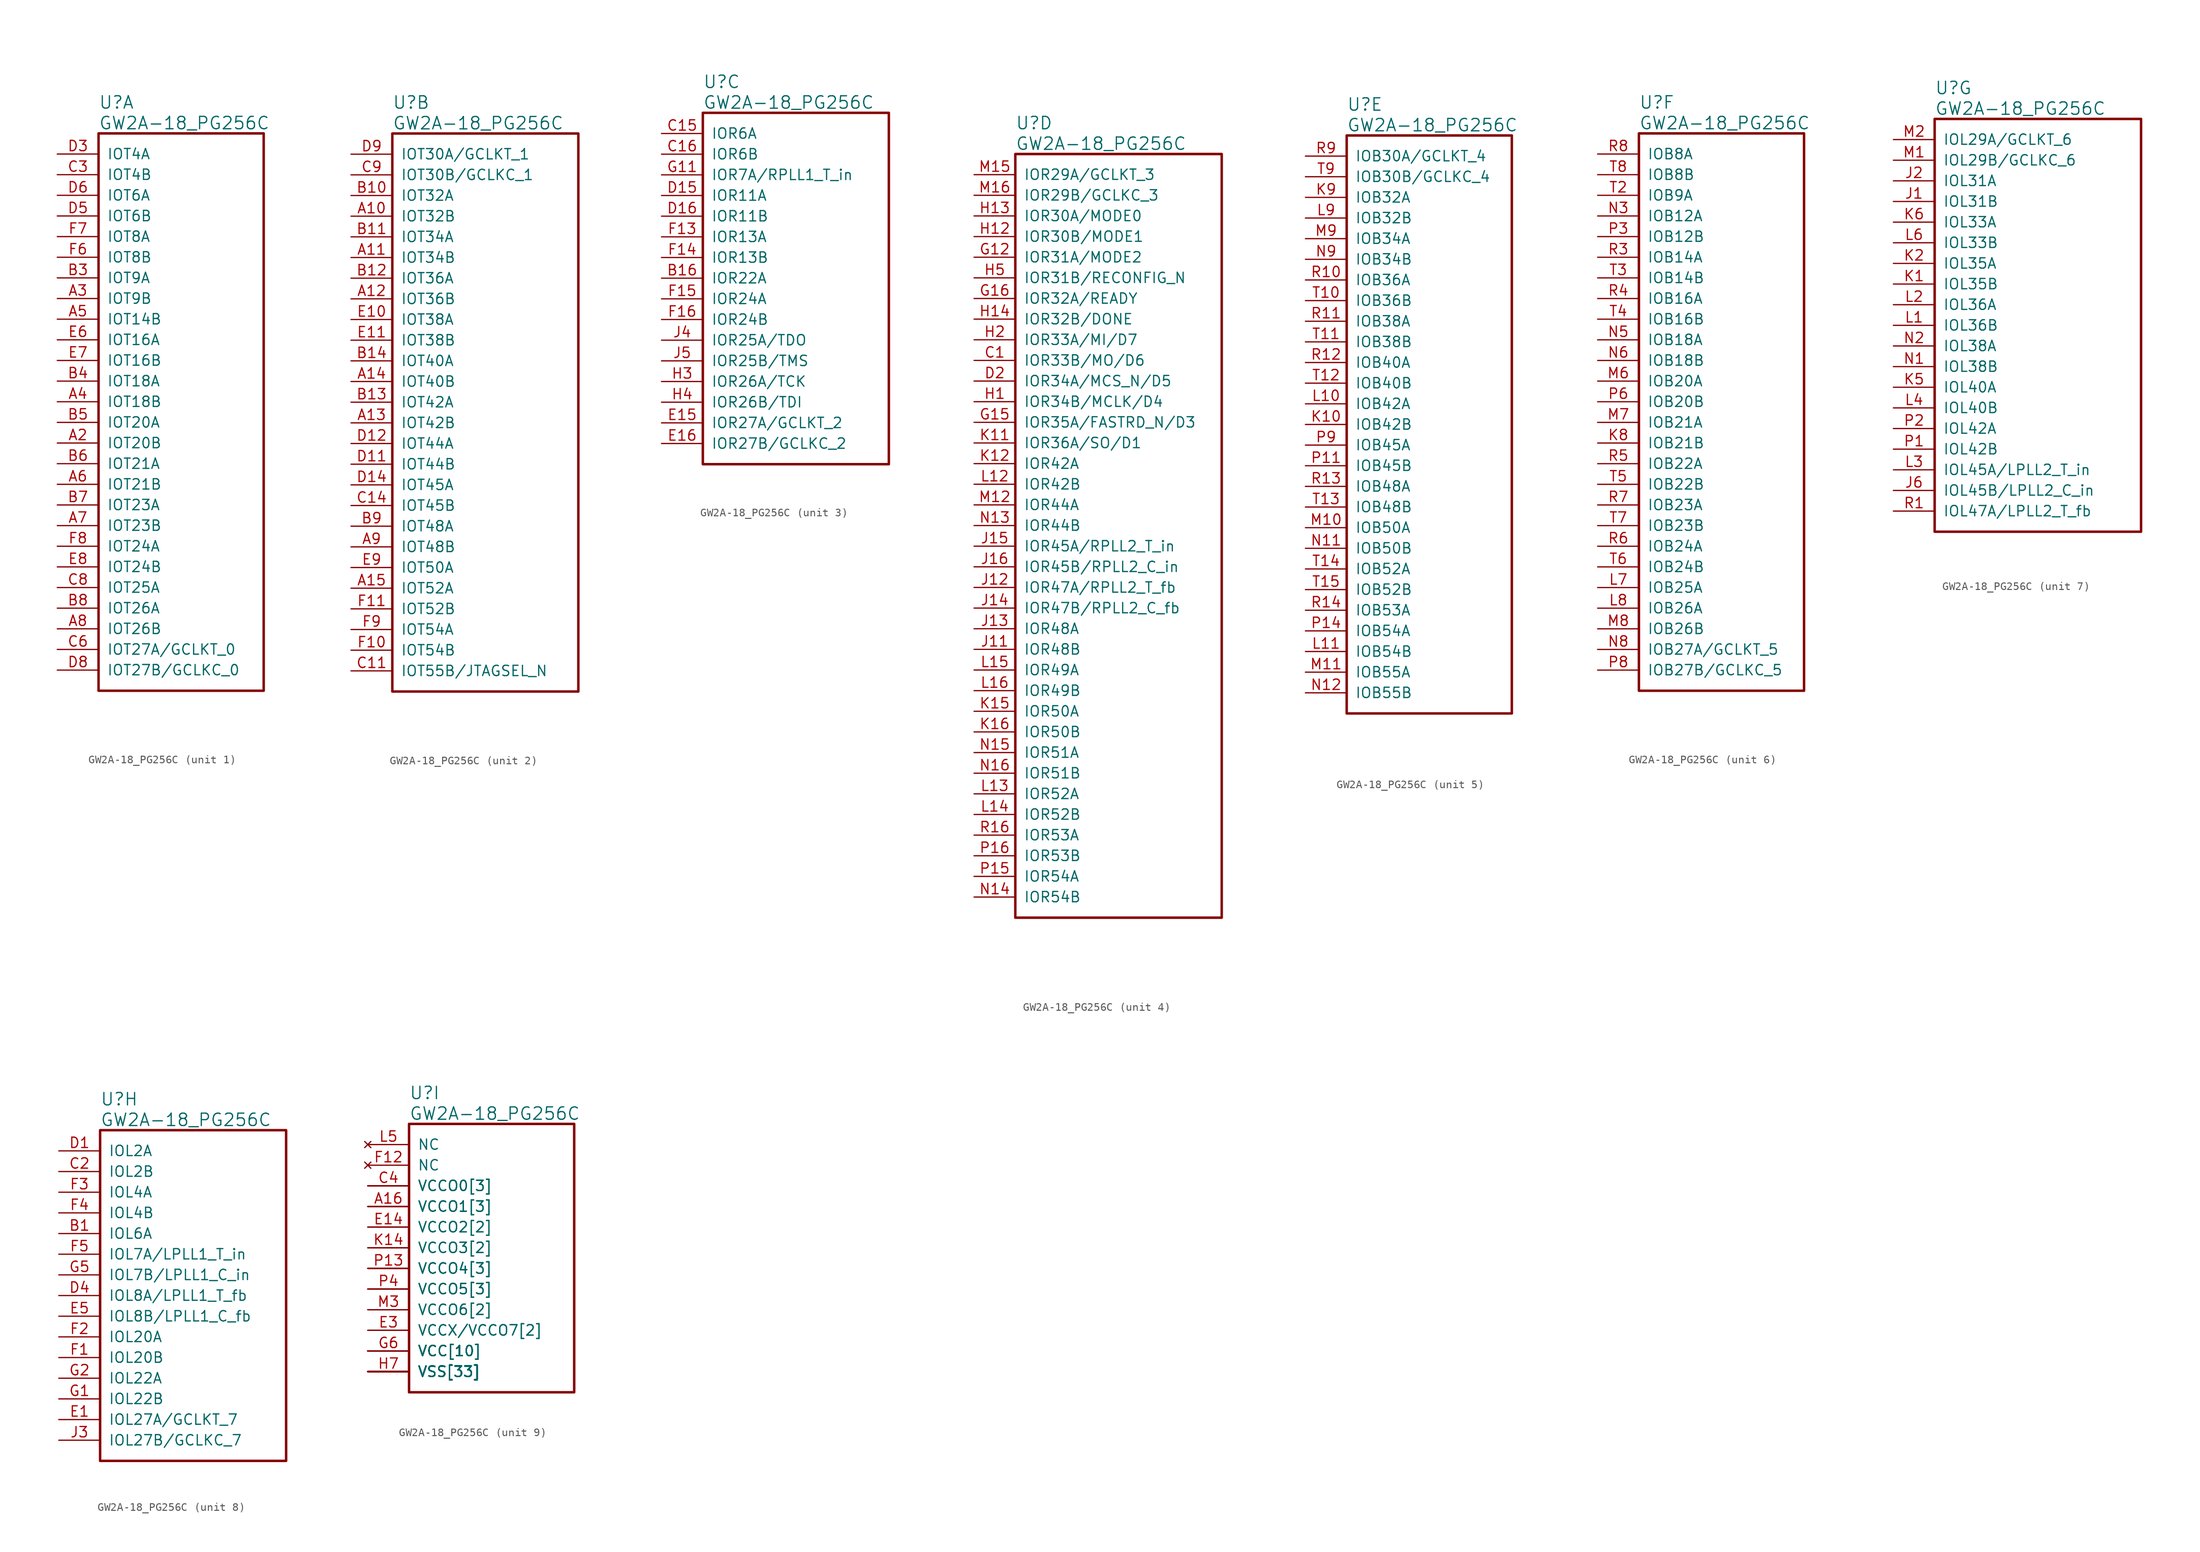
<source format=kicad_sym>
(kicad_symbol_lib
  (version 20211014)
  (generator kicad_symbol_editor)
  (symbol "GW2A-18_PG256C"
    (pin_names
      (offset 1.016))
    (property "Reference" "U"
      (at 5.08 6.35 0)
      (effects (font (size 1.524 1.524)) (justify left)))
    (property "Value" "GW2A-18_PG256C"
      (at 5.08 3.81 0)
      (effects (font (size 1.524 1.524)) (justify left)))
    (property "ki_locked" ""
      (at 0 0 0)
      (effects (font (size 1.27 1.27))))
    (symbol "GW2A-18_PG256C_1_1"
      (rectangle (start 5.08 2.54) (end 25.4 -66.04) (stroke (width 0.305) (type default) (color 0 0 0 0)) (fill (type none)))
      (pin bidirectional line (at 0 -35.56 0) (length 5.08) (name "IOT20B" (effects (font (size 1.27 1.27)))) (number "A2" (effects (font (size 1.27 1.27)))))
      (pin bidirectional line (at 0 -17.78 0) (length 5.08) (name "IOT9B" (effects (font (size 1.27 1.27)))) (number "A3" (effects (font (size 1.27 1.27)))))
      (pin bidirectional line (at 0 -30.48 0) (length 5.08) (name "IOT18B" (effects (font (size 1.27 1.27)))) (number "A4" (effects (font (size 1.27 1.27)))))
      (pin bidirectional line (at 0 -20.32 0) (length 5.08) (name "IOT14B" (effects (font (size 1.27 1.27)))) (number "A5" (effects (font (size 1.27 1.27)))))
      (pin bidirectional line (at 0 -40.64 0) (length 5.08) (name "IOT21B" (effects (font (size 1.27 1.27)))) (number "A6" (effects (font (size 1.27 1.27)))))
      (pin bidirectional line (at 0 -45.72 0) (length 5.08) (name "IOT23B" (effects (font (size 1.27 1.27)))) (number "A7" (effects (font (size 1.27 1.27)))))
      (pin bidirectional line (at 0 -58.42 0) (length 5.08) (name "IOT26B" (effects (font (size 1.27 1.27)))) (number "A8" (effects (font (size 1.27 1.27)))))
      (pin bidirectional line (at 0 -15.24 0) (length 5.08) (name "IOT9A" (effects (font (size 1.27 1.27)))) (number "B3" (effects (font (size 1.27 1.27)))))
      (pin bidirectional line (at 0 -27.94 0) (length 5.08) (name "IOT18A" (effects (font (size 1.27 1.27)))) (number "B4" (effects (font (size 1.27 1.27)))))
      (pin bidirectional line (at 0 -33.02 0) (length 5.08) (name "IOT20A" (effects (font (size 1.27 1.27)))) (number "B5" (effects (font (size 1.27 1.27)))))
      (pin bidirectional line (at 0 -38.1 0) (length 5.08) (name "IOT21A" (effects (font (size 1.27 1.27)))) (number "B6" (effects (font (size 1.27 1.27)))))
      (pin bidirectional line (at 0 -43.18 0) (length 5.08) (name "IOT23A" (effects (font (size 1.27 1.27)))) (number "B7" (effects (font (size 1.27 1.27)))))
      (pin bidirectional line (at 0 -55.88 0) (length 5.08) (name "IOT26A" (effects (font (size 1.27 1.27)))) (number "B8" (effects (font (size 1.27 1.27)))))
      (pin bidirectional line (at 0 -2.54 0) (length 5.08) (name "IOT4B" (effects (font (size 1.27 1.27)))) (number "C3" (effects (font (size 1.27 1.27)))))
      (pin bidirectional line (at 0 -60.96 0) (length 5.08) (name "IOT27A/GCLKT_0" (effects (font (size 1.27 1.27)))) (number "C6" (effects (font (size 1.27 1.27)))))
      (pin bidirectional line (at 0 -53.34 0) (length 5.08) (name "IOT25A" (effects (font (size 1.27 1.27)))) (number "C8" (effects (font (size 1.27 1.27)))))
      (pin bidirectional line (at 0 0 0) (length 5.08) (name "IOT4A" (effects (font (size 1.27 1.27)))) (number "D3" (effects (font (size 1.27 1.27)))))
      (pin bidirectional line (at 0 -7.62 0) (length 5.08) (name "IOT6B" (effects (font (size 1.27 1.27)))) (number "D5" (effects (font (size 1.27 1.27)))))
      (pin bidirectional line (at 0 -5.08 0) (length 5.08) (name "IOT6A" (effects (font (size 1.27 1.27)))) (number "D6" (effects (font (size 1.27 1.27)))))
      (pin bidirectional line (at 0 -63.5 0) (length 5.08) (name "IOT27B/GCLKC_0" (effects (font (size 1.27 1.27)))) (number "D8" (effects (font (size 1.27 1.27)))))
      (pin bidirectional line (at 0 -22.86 0) (length 5.08) (name "IOT16A" (effects (font (size 1.27 1.27)))) (number "E6" (effects (font (size 1.27 1.27)))))
      (pin bidirectional line (at 0 -25.4 0) (length 5.08) (name "IOT16B" (effects (font (size 1.27 1.27)))) (number "E7" (effects (font (size 1.27 1.27)))))
      (pin bidirectional line (at 0 -50.8 0) (length 5.08) (name "IOT24B" (effects (font (size 1.27 1.27)))) (number "E8" (effects (font (size 1.27 1.27)))))
      (pin bidirectional line (at 0 -12.7 0) (length 5.08) (name "IOT8B" (effects (font (size 1.27 1.27)))) (number "F6" (effects (font (size 1.27 1.27)))))
      (pin bidirectional line (at 0 -10.16 0) (length 5.08) (name "IOT8A" (effects (font (size 1.27 1.27)))) (number "F7" (effects (font (size 1.27 1.27)))))
      (pin bidirectional line (at 0 -48.26 0) (length 5.08) (name "IOT24A" (effects (font (size 1.27 1.27)))) (number "F8" (effects (font (size 1.27 1.27))))))
    (symbol "GW2A-18_PG256C_2_1"
      (rectangle (start 5.08 2.54) (end 27.94 -66.04) (stroke (width 0.305) (type default) (color 0 0 0 0)) (fill (type none)))
      (pin bidirectional line (at 0 -7.62 0) (length 5.08) (name "IOT32B" (effects (font (size 1.27 1.27)))) (number "A10" (effects (font (size 1.27 1.27)))))
      (pin bidirectional line (at 0 -12.7 0) (length 5.08) (name "IOT34B" (effects (font (size 1.27 1.27)))) (number "A11" (effects (font (size 1.27 1.27)))))
      (pin bidirectional line (at 0 -17.78 0) (length 5.08) (name "IOT36B" (effects (font (size 1.27 1.27)))) (number "A12" (effects (font (size 1.27 1.27)))))
      (pin bidirectional line (at 0 -33.02 0) (length 5.08) (name "IOT42B" (effects (font (size 1.27 1.27)))) (number "A13" (effects (font (size 1.27 1.27)))))
      (pin bidirectional line (at 0 -27.94 0) (length 5.08) (name "IOT40B" (effects (font (size 1.27 1.27)))) (number "A14" (effects (font (size 1.27 1.27)))))
      (pin bidirectional line (at 0 -53.34 0) (length 5.08) (name "IOT52A" (effects (font (size 1.27 1.27)))) (number "A15" (effects (font (size 1.27 1.27)))))
      (pin bidirectional line (at 0 -48.26 0) (length 5.08) (name "IOT48B" (effects (font (size 1.27 1.27)))) (number "A9" (effects (font (size 1.27 1.27)))))
      (pin bidirectional line (at 0 -5.08 0) (length 5.08) (name "IOT32A" (effects (font (size 1.27 1.27)))) (number "B10" (effects (font (size 1.27 1.27)))))
      (pin bidirectional line (at 0 -10.16 0) (length 5.08) (name "IOT34A" (effects (font (size 1.27 1.27)))) (number "B11" (effects (font (size 1.27 1.27)))))
      (pin bidirectional line (at 0 -15.24 0) (length 5.08) (name "IOT36A" (effects (font (size 1.27 1.27)))) (number "B12" (effects (font (size 1.27 1.27)))))
      (pin bidirectional line (at 0 -30.48 0) (length 5.08) (name "IOT42A" (effects (font (size 1.27 1.27)))) (number "B13" (effects (font (size 1.27 1.27)))))
      (pin bidirectional line (at 0 -25.4 0) (length 5.08) (name "IOT40A" (effects (font (size 1.27 1.27)))) (number "B14" (effects (font (size 1.27 1.27)))))
      (pin bidirectional line (at 0 -45.72 0) (length 5.08) (name "IOT48A" (effects (font (size 1.27 1.27)))) (number "B9" (effects (font (size 1.27 1.27)))))
      (pin bidirectional line (at 0 -63.5 0) (length 5.08) (name "IOT55B/JTAGSEL_N" (effects (font (size 1.27 1.27)))) (number "C11" (effects (font (size 1.27 1.27)))))
      (pin bidirectional line (at 0 -43.18 0) (length 5.08) (name "IOT45B" (effects (font (size 1.27 1.27)))) (number "C14" (effects (font (size 1.27 1.27)))))
      (pin bidirectional line (at 0 -2.54 0) (length 5.08) (name "IOT30B/GCLKC_1" (effects (font (size 1.27 1.27)))) (number "C9" (effects (font (size 1.27 1.27)))))
      (pin bidirectional line (at 0 -38.1 0) (length 5.08) (name "IOT44B" (effects (font (size 1.27 1.27)))) (number "D11" (effects (font (size 1.27 1.27)))))
      (pin bidirectional line (at 0 -35.56 0) (length 5.08) (name "IOT44A" (effects (font (size 1.27 1.27)))) (number "D12" (effects (font (size 1.27 1.27)))))
      (pin bidirectional line (at 0 -40.64 0) (length 5.08) (name "IOT45A" (effects (font (size 1.27 1.27)))) (number "D14" (effects (font (size 1.27 1.27)))))
      (pin bidirectional line (at 0 0 0) (length 5.08) (name "IOT30A/GCLKT_1" (effects (font (size 1.27 1.27)))) (number "D9" (effects (font (size 1.27 1.27)))))
      (pin bidirectional line (at 0 -20.32 0) (length 5.08) (name "IOT38A" (effects (font (size 1.27 1.27)))) (number "E10" (effects (font (size 1.27 1.27)))))
      (pin bidirectional line (at 0 -22.86 0) (length 5.08) (name "IOT38B" (effects (font (size 1.27 1.27)))) (number "E11" (effects (font (size 1.27 1.27)))))
      (pin bidirectional line (at 0 -50.8 0) (length 5.08) (name "IOT50A" (effects (font (size 1.27 1.27)))) (number "E9" (effects (font (size 1.27 1.27)))))
      (pin bidirectional line (at 0 -60.96 0) (length 5.08) (name "IOT54B" (effects (font (size 1.27 1.27)))) (number "F10" (effects (font (size 1.27 1.27)))))
      (pin bidirectional line (at 0 -55.88 0) (length 5.08) (name "IOT52B" (effects (font (size 1.27 1.27)))) (number "F11" (effects (font (size 1.27 1.27)))))
      (pin bidirectional line (at 0 -58.42 0) (length 5.08) (name "IOT54A" (effects (font (size 1.27 1.27)))) (number "F9" (effects (font (size 1.27 1.27))))))
    (symbol "GW2A-18_PG256C_3_1"
      (rectangle (start 5.08 2.54) (end 27.94 -40.64) (stroke (width 0.305) (type default) (color 0 0 0 0)) (fill (type none)))
      (pin bidirectional line (at 0 -17.78 0) (length 5.08) (name "IOR22A" (effects (font (size 1.27 1.27)))) (number "B16" (effects (font (size 1.27 1.27)))))
      (pin bidirectional line (at 0 0 0) (length 5.08) (name "IOR6A" (effects (font (size 1.27 1.27)))) (number "C15" (effects (font (size 1.27 1.27)))))
      (pin bidirectional line (at 0 -2.54 0) (length 5.08) (name "IOR6B" (effects (font (size 1.27 1.27)))) (number "C16" (effects (font (size 1.27 1.27)))))
      (pin bidirectional line (at 0 -7.62 0) (length 5.08) (name "IOR11A" (effects (font (size 1.27 1.27)))) (number "D15" (effects (font (size 1.27 1.27)))))
      (pin bidirectional line (at 0 -10.16 0) (length 5.08) (name "IOR11B" (effects (font (size 1.27 1.27)))) (number "D16" (effects (font (size 1.27 1.27)))))
      (pin bidirectional line (at 0 -35.56 0) (length 5.08) (name "IOR27A/GCLKT_2" (effects (font (size 1.27 1.27)))) (number "E15" (effects (font (size 1.27 1.27)))))
      (pin bidirectional line (at 0 -38.1 0) (length 5.08) (name "IOR27B/GCLKC_2" (effects (font (size 1.27 1.27)))) (number "E16" (effects (font (size 1.27 1.27)))))
      (pin bidirectional line (at 0 -12.7 0) (length 5.08) (name "IOR13A" (effects (font (size 1.27 1.27)))) (number "F13" (effects (font (size 1.27 1.27)))))
      (pin bidirectional line (at 0 -15.24 0) (length 5.08) (name "IOR13B" (effects (font (size 1.27 1.27)))) (number "F14" (effects (font (size 1.27 1.27)))))
      (pin bidirectional line (at 0 -20.32 0) (length 5.08) (name "IOR24A" (effects (font (size 1.27 1.27)))) (number "F15" (effects (font (size 1.27 1.27)))))
      (pin bidirectional line (at 0 -22.86 0) (length 5.08) (name "IOR24B" (effects (font (size 1.27 1.27)))) (number "F16" (effects (font (size 1.27 1.27)))))
      (pin bidirectional line (at 0 -5.08 0) (length 5.08) (name "IOR7A/RPLL1_T_in" (effects (font (size 1.27 1.27)))) (number "G11" (effects (font (size 1.27 1.27)))))
      (pin bidirectional line (at 0 -30.48 0) (length 5.08) (name "IOR26A/TCK" (effects (font (size 1.27 1.27)))) (number "H3" (effects (font (size 1.27 1.27)))))
      (pin bidirectional line (at 0 -33.02 0) (length 5.08) (name "IOR26B/TDI" (effects (font (size 1.27 1.27)))) (number "H4" (effects (font (size 1.27 1.27)))))
      (pin bidirectional line (at 0 -25.4 0) (length 5.08) (name "IOR25A/TDO" (effects (font (size 1.27 1.27)))) (number "J4" (effects (font (size 1.27 1.27)))))
      (pin bidirectional line (at 0 -27.94 0) (length 5.08) (name "IOR25B/TMS" (effects (font (size 1.27 1.27)))) (number "J5" (effects (font (size 1.27 1.27))))))
    (symbol "GW2A-18_PG256C_4_1"
      (rectangle (start 5.08 2.54) (end 30.48 -91.44) (stroke (width 0.305) (type default) (color 0 0 0 0)) (fill (type none)))
      (pin bidirectional line (at 0 -22.86 0) (length 5.08) (name "IOR33B/MO/D6" (effects (font (size 1.27 1.27)))) (number "C1" (effects (font (size 1.27 1.27)))))
      (pin bidirectional line (at 0 -25.4 0) (length 5.08) (name "IOR34A/MCS_N/D5" (effects (font (size 1.27 1.27)))) (number "D2" (effects (font (size 1.27 1.27)))))
      (pin bidirectional line (at 0 -10.16 0) (length 5.08) (name "IOR31A/MODE2" (effects (font (size 1.27 1.27)))) (number "G12" (effects (font (size 1.27 1.27)))))
      (pin bidirectional line (at 0 -30.48 0) (length 5.08) (name "IOR35A/FASTRD_N/D3" (effects (font (size 1.27 1.27)))) (number "G15" (effects (font (size 1.27 1.27)))))
      (pin bidirectional line (at 0 -15.24 0) (length 5.08) (name "IOR32A/READY" (effects (font (size 1.27 1.27)))) (number "G16" (effects (font (size 1.27 1.27)))))
      (pin bidirectional line (at 0 -27.94 0) (length 5.08) (name "IOR34B/MCLK/D4" (effects (font (size 1.27 1.27)))) (number "H1" (effects (font (size 1.27 1.27)))))
      (pin bidirectional line (at 0 -7.62 0) (length 5.08) (name "IOR30B/MODE1" (effects (font (size 1.27 1.27)))) (number "H12" (effects (font (size 1.27 1.27)))))
      (pin bidirectional line (at 0 -5.08 0) (length 5.08) (name "IOR30A/MODE0" (effects (font (size 1.27 1.27)))) (number "H13" (effects (font (size 1.27 1.27)))))
      (pin bidirectional line (at 0 -17.78 0) (length 5.08) (name "IOR32B/DONE" (effects (font (size 1.27 1.27)))) (number "H14" (effects (font (size 1.27 1.27)))))
      (pin bidirectional line (at 0 -20.32 0) (length 5.08) (name "IOR33A/MI/D7" (effects (font (size 1.27 1.27)))) (number "H2" (effects (font (size 1.27 1.27)))))
      (pin bidirectional line (at 0 -12.7 0) (length 5.08) (name "IOR31B/RECONFIG_N" (effects (font (size 1.27 1.27)))) (number "H5" (effects (font (size 1.27 1.27)))))
      (pin bidirectional line (at 0 -58.42 0) (length 5.08) (name "IOR48B" (effects (font (size 1.27 1.27)))) (number "J11" (effects (font (size 1.27 1.27)))))
      (pin bidirectional line (at 0 -50.8 0) (length 5.08) (name "IOR47A/RPLL2_T_fb" (effects (font (size 1.27 1.27)))) (number "J12" (effects (font (size 1.27 1.27)))))
      (pin bidirectional line (at 0 -55.88 0) (length 5.08) (name "IOR48A" (effects (font (size 1.27 1.27)))) (number "J13" (effects (font (size 1.27 1.27)))))
      (pin bidirectional line (at 0 -53.34 0) (length 5.08) (name "IOR47B/RPLL2_C_fb" (effects (font (size 1.27 1.27)))) (number "J14" (effects (font (size 1.27 1.27)))))
      (pin bidirectional line (at 0 -45.72 0) (length 5.08) (name "IOR45A/RPLL2_T_in" (effects (font (size 1.27 1.27)))) (number "J15" (effects (font (size 1.27 1.27)))))
      (pin bidirectional line (at 0 -48.26 0) (length 5.08) (name "IOR45B/RPLL2_C_in" (effects (font (size 1.27 1.27)))) (number "J16" (effects (font (size 1.27 1.27)))))
      (pin bidirectional line (at 0 -33.02 0) (length 5.08) (name "IOR36A/SO/D1" (effects (font (size 1.27 1.27)))) (number "K11" (effects (font (size 1.27 1.27)))))
      (pin bidirectional line (at 0 -35.56 0) (length 5.08) (name "IOR42A" (effects (font (size 1.27 1.27)))) (number "K12" (effects (font (size 1.27 1.27)))))
      (pin bidirectional line (at 0 -66.04 0) (length 5.08) (name "IOR50A" (effects (font (size 1.27 1.27)))) (number "K15" (effects (font (size 1.27 1.27)))))
      (pin bidirectional line (at 0 -68.58 0) (length 5.08) (name "IOR50B" (effects (font (size 1.27 1.27)))) (number "K16" (effects (font (size 1.27 1.27)))))
      (pin bidirectional line (at 0 -38.1 0) (length 5.08) (name "IOR42B" (effects (font (size 1.27 1.27)))) (number "L12" (effects (font (size 1.27 1.27)))))
      (pin bidirectional line (at 0 -76.2 0) (length 5.08) (name "IOR52A" (effects (font (size 1.27 1.27)))) (number "L13" (effects (font (size 1.27 1.27)))))
      (pin bidirectional line (at 0 -78.74 0) (length 5.08) (name "IOR52B" (effects (font (size 1.27 1.27)))) (number "L14" (effects (font (size 1.27 1.27)))))
      (pin bidirectional line (at 0 -60.96 0) (length 5.08) (name "IOR49A" (effects (font (size 1.27 1.27)))) (number "L15" (effects (font (size 1.27 1.27)))))
      (pin bidirectional line (at 0 -63.5 0) (length 5.08) (name "IOR49B" (effects (font (size 1.27 1.27)))) (number "L16" (effects (font (size 1.27 1.27)))))
      (pin bidirectional line (at 0 -40.64 0) (length 5.08) (name "IOR44A" (effects (font (size 1.27 1.27)))) (number "M12" (effects (font (size 1.27 1.27)))))
      (pin bidirectional line (at 0 0 0) (length 5.08) (name "IOR29A/GCLKT_3" (effects (font (size 1.27 1.27)))) (number "M15" (effects (font (size 1.27 1.27)))))
      (pin bidirectional line (at 0 -2.54 0) (length 5.08) (name "IOR29B/GCLKC_3" (effects (font (size 1.27 1.27)))) (number "M16" (effects (font (size 1.27 1.27)))))
      (pin bidirectional line (at 0 -43.18 0) (length 5.08) (name "IOR44B" (effects (font (size 1.27 1.27)))) (number "N13" (effects (font (size 1.27 1.27)))))
      (pin bidirectional line (at 0 -88.9 0) (length 5.08) (name "IOR54B" (effects (font (size 1.27 1.27)))) (number "N14" (effects (font (size 1.27 1.27)))))
      (pin bidirectional line (at 0 -71.12 0) (length 5.08) (name "IOR51A" (effects (font (size 1.27 1.27)))) (number "N15" (effects (font (size 1.27 1.27)))))
      (pin bidirectional line (at 0 -73.66 0) (length 5.08) (name "IOR51B" (effects (font (size 1.27 1.27)))) (number "N16" (effects (font (size 1.27 1.27)))))
      (pin bidirectional line (at 0 -86.36 0) (length 5.08) (name "IOR54A" (effects (font (size 1.27 1.27)))) (number "P15" (effects (font (size 1.27 1.27)))))
      (pin bidirectional line (at 0 -83.82 0) (length 5.08) (name "IOR53B" (effects (font (size 1.27 1.27)))) (number "P16" (effects (font (size 1.27 1.27)))))
      (pin bidirectional line (at 0 -81.28 0) (length 5.08) (name "IOR53A" (effects (font (size 1.27 1.27)))) (number "R16" (effects (font (size 1.27 1.27))))))
    (symbol "GW2A-18_PG256C_5_1"
      (rectangle (start 5.08 2.54) (end 25.4 -68.58) (stroke (width 0.305) (type default) (color 0 0 0 0)) (fill (type none)))
      (pin bidirectional line (at 0 -33.02 0) (length 5.08) (name "IOB42B" (effects (font (size 1.27 1.27)))) (number "K10" (effects (font (size 1.27 1.27)))))
      (pin bidirectional line (at 0 -5.08 0) (length 5.08) (name "IOB32A" (effects (font (size 1.27 1.27)))) (number "K9" (effects (font (size 1.27 1.27)))))
      (pin bidirectional line (at 0 -30.48 0) (length 5.08) (name "IOB42A" (effects (font (size 1.27 1.27)))) (number "L10" (effects (font (size 1.27 1.27)))))
      (pin bidirectional line (at 0 -60.96 0) (length 5.08) (name "IOB54B" (effects (font (size 1.27 1.27)))) (number "L11" (effects (font (size 1.27 1.27)))))
      (pin bidirectional line (at 0 -7.62 0) (length 5.08) (name "IOB32B" (effects (font (size 1.27 1.27)))) (number "L9" (effects (font (size 1.27 1.27)))))
      (pin bidirectional line (at 0 -45.72 0) (length 5.08) (name "IOB50A" (effects (font (size 1.27 1.27)))) (number "M10" (effects (font (size 1.27 1.27)))))
      (pin bidirectional line (at 0 -63.5 0) (length 5.08) (name "IOB55A" (effects (font (size 1.27 1.27)))) (number "M11" (effects (font (size 1.27 1.27)))))
      (pin bidirectional line (at 0 -10.16 0) (length 5.08) (name "IOB34A" (effects (font (size 1.27 1.27)))) (number "M9" (effects (font (size 1.27 1.27)))))
      (pin bidirectional line (at 0 -48.26 0) (length 5.08) (name "IOB50B" (effects (font (size 1.27 1.27)))) (number "N11" (effects (font (size 1.27 1.27)))))
      (pin bidirectional line (at 0 -66.04 0) (length 5.08) (name "IOB55B" (effects (font (size 1.27 1.27)))) (number "N12" (effects (font (size 1.27 1.27)))))
      (pin bidirectional line (at 0 -12.7 0) (length 5.08) (name "IOB34B" (effects (font (size 1.27 1.27)))) (number "N9" (effects (font (size 1.27 1.27)))))
      (pin bidirectional line (at 0 -38.1 0) (length 5.08) (name "IOB45B" (effects (font (size 1.27 1.27)))) (number "P11" (effects (font (size 1.27 1.27)))))
      (pin bidirectional line (at 0 -58.42 0) (length 5.08) (name "IOB54A" (effects (font (size 1.27 1.27)))) (number "P14" (effects (font (size 1.27 1.27)))))
      (pin bidirectional line (at 0 -35.56 0) (length 5.08) (name "IOB45A" (effects (font (size 1.27 1.27)))) (number "P9" (effects (font (size 1.27 1.27)))))
      (pin bidirectional line (at 0 -15.24 0) (length 5.08) (name "IOB36A" (effects (font (size 1.27 1.27)))) (number "R10" (effects (font (size 1.27 1.27)))))
      (pin bidirectional line (at 0 -20.32 0) (length 5.08) (name "IOB38A" (effects (font (size 1.27 1.27)))) (number "R11" (effects (font (size 1.27 1.27)))))
      (pin bidirectional line (at 0 -25.4 0) (length 5.08) (name "IOB40A" (effects (font (size 1.27 1.27)))) (number "R12" (effects (font (size 1.27 1.27)))))
      (pin bidirectional line (at 0 -40.64 0) (length 5.08) (name "IOB48A" (effects (font (size 1.27 1.27)))) (number "R13" (effects (font (size 1.27 1.27)))))
      (pin bidirectional line (at 0 -55.88 0) (length 5.08) (name "IOB53A" (effects (font (size 1.27 1.27)))) (number "R14" (effects (font (size 1.27 1.27)))))
      (pin bidirectional line (at 0 0 0) (length 5.08) (name "IOB30A/GCLKT_4" (effects (font (size 1.27 1.27)))) (number "R9" (effects (font (size 1.27 1.27)))))
      (pin bidirectional line (at 0 -17.78 0) (length 5.08) (name "IOB36B" (effects (font (size 1.27 1.27)))) (number "T10" (effects (font (size 1.27 1.27)))))
      (pin bidirectional line (at 0 -22.86 0) (length 5.08) (name "IOB38B" (effects (font (size 1.27 1.27)))) (number "T11" (effects (font (size 1.27 1.27)))))
      (pin bidirectional line (at 0 -27.94 0) (length 5.08) (name "IOB40B" (effects (font (size 1.27 1.27)))) (number "T12" (effects (font (size 1.27 1.27)))))
      (pin bidirectional line (at 0 -43.18 0) (length 5.08) (name "IOB48B" (effects (font (size 1.27 1.27)))) (number "T13" (effects (font (size 1.27 1.27)))))
      (pin bidirectional line (at 0 -50.8 0) (length 5.08) (name "IOB52A" (effects (font (size 1.27 1.27)))) (number "T14" (effects (font (size 1.27 1.27)))))
      (pin bidirectional line (at 0 -53.34 0) (length 5.08) (name "IOB52B" (effects (font (size 1.27 1.27)))) (number "T15" (effects (font (size 1.27 1.27)))))
      (pin bidirectional line (at 0 -2.54 0) (length 5.08) (name "IOB30B/GCLKC_4" (effects (font (size 1.27 1.27)))) (number "T9" (effects (font (size 1.27 1.27))))))
    (symbol "GW2A-18_PG256C_6_1"
      (rectangle (start 5.08 2.54) (end 25.4 -66.04) (stroke (width 0.305) (type default) (color 0 0 0 0)) (fill (type none)))
      (pin bidirectional line (at 0 -35.56 0) (length 5.08) (name "IOB21B" (effects (font (size 1.27 1.27)))) (number "K8" (effects (font (size 1.27 1.27)))))
      (pin bidirectional line (at 0 -53.34 0) (length 5.08) (name "IOB25A" (effects (font (size 1.27 1.27)))) (number "L7" (effects (font (size 1.27 1.27)))))
      (pin bidirectional line (at 0 -55.88 0) (length 5.08) (name "IOB26A" (effects (font (size 1.27 1.27)))) (number "L8" (effects (font (size 1.27 1.27)))))
      (pin bidirectional line (at 0 -27.94 0) (length 5.08) (name "IOB20A" (effects (font (size 1.27 1.27)))) (number "M6" (effects (font (size 1.27 1.27)))))
      (pin bidirectional line (at 0 -33.02 0) (length 5.08) (name "IOB21A" (effects (font (size 1.27 1.27)))) (number "M7" (effects (font (size 1.27 1.27)))))
      (pin bidirectional line (at 0 -58.42 0) (length 5.08) (name "IOB26B" (effects (font (size 1.27 1.27)))) (number "M8" (effects (font (size 1.27 1.27)))))
      (pin bidirectional line (at 0 -7.62 0) (length 5.08) (name "IOB12A" (effects (font (size 1.27 1.27)))) (number "N3" (effects (font (size 1.27 1.27)))))
      (pin bidirectional line (at 0 -22.86 0) (length 5.08) (name "IOB18A" (effects (font (size 1.27 1.27)))) (number "N5" (effects (font (size 1.27 1.27)))))
      (pin bidirectional line (at 0 -25.4 0) (length 5.08) (name "IOB18B" (effects (font (size 1.27 1.27)))) (number "N6" (effects (font (size 1.27 1.27)))))
      (pin bidirectional line (at 0 -60.96 0) (length 5.08) (name "IOB27A/GCLKT_5" (effects (font (size 1.27 1.27)))) (number "N8" (effects (font (size 1.27 1.27)))))
      (pin bidirectional line (at 0 -10.16 0) (length 5.08) (name "IOB12B" (effects (font (size 1.27 1.27)))) (number "P3" (effects (font (size 1.27 1.27)))))
      (pin bidirectional line (at 0 -30.48 0) (length 5.08) (name "IOB20B" (effects (font (size 1.27 1.27)))) (number "P6" (effects (font (size 1.27 1.27)))))
      (pin bidirectional line (at 0 -63.5 0) (length 5.08) (name "IOB27B/GCLKC_5" (effects (font (size 1.27 1.27)))) (number "P8" (effects (font (size 1.27 1.27)))))
      (pin bidirectional line (at 0 -12.7 0) (length 5.08) (name "IOB14A" (effects (font (size 1.27 1.27)))) (number "R3" (effects (font (size 1.27 1.27)))))
      (pin bidirectional line (at 0 -17.78 0) (length 5.08) (name "IOB16A" (effects (font (size 1.27 1.27)))) (number "R4" (effects (font (size 1.27 1.27)))))
      (pin bidirectional line (at 0 -38.1 0) (length 5.08) (name "IOB22A" (effects (font (size 1.27 1.27)))) (number "R5" (effects (font (size 1.27 1.27)))))
      (pin bidirectional line (at 0 -48.26 0) (length 5.08) (name "IOB24A" (effects (font (size 1.27 1.27)))) (number "R6" (effects (font (size 1.27 1.27)))))
      (pin bidirectional line (at 0 -43.18 0) (length 5.08) (name "IOB23A" (effects (font (size 1.27 1.27)))) (number "R7" (effects (font (size 1.27 1.27)))))
      (pin bidirectional line (at 0 0 0) (length 5.08) (name "IOB8A" (effects (font (size 1.27 1.27)))) (number "R8" (effects (font (size 1.27 1.27)))))
      (pin bidirectional line (at 0 -5.08 0) (length 5.08) (name "IOB9A" (effects (font (size 1.27 1.27)))) (number "T2" (effects (font (size 1.27 1.27)))))
      (pin bidirectional line (at 0 -15.24 0) (length 5.08) (name "IOB14B" (effects (font (size 1.27 1.27)))) (number "T3" (effects (font (size 1.27 1.27)))))
      (pin bidirectional line (at 0 -20.32 0) (length 5.08) (name "IOB16B" (effects (font (size 1.27 1.27)))) (number "T4" (effects (font (size 1.27 1.27)))))
      (pin bidirectional line (at 0 -40.64 0) (length 5.08) (name "IOB22B" (effects (font (size 1.27 1.27)))) (number "T5" (effects (font (size 1.27 1.27)))))
      (pin bidirectional line (at 0 -50.8 0) (length 5.08) (name "IOB24B" (effects (font (size 1.27 1.27)))) (number "T6" (effects (font (size 1.27 1.27)))))
      (pin bidirectional line (at 0 -45.72 0) (length 5.08) (name "IOB23B" (effects (font (size 1.27 1.27)))) (number "T7" (effects (font (size 1.27 1.27)))))
      (pin bidirectional line (at 0 -2.54 0) (length 5.08) (name "IOB8B" (effects (font (size 1.27 1.27)))) (number "T8" (effects (font (size 1.27 1.27))))))
    (symbol "GW2A-18_PG256C_7_1"
      (rectangle (start 5.08 2.54) (end 30.48 -48.26) (stroke (width 0.305) (type default) (color 0 0 0 0)) (fill (type none)))
      (pin bidirectional line (at 0 -7.62 0) (length 5.08) (name "IOL31B" (effects (font (size 1.27 1.27)))) (number "J1" (effects (font (size 1.27 1.27)))))
      (pin bidirectional line (at 0 -5.08 0) (length 5.08) (name "IOL31A" (effects (font (size 1.27 1.27)))) (number "J2" (effects (font (size 1.27 1.27)))))
      (pin bidirectional line (at 0 -43.18 0) (length 5.08) (name "IOL45B/LPLL2_C_in" (effects (font (size 1.27 1.27)))) (number "J6" (effects (font (size 1.27 1.27)))))
      (pin bidirectional line (at 0 -17.78 0) (length 5.08) (name "IOL35B" (effects (font (size 1.27 1.27)))) (number "K1" (effects (font (size 1.27 1.27)))))
      (pin bidirectional line (at 0 -15.24 0) (length 5.08) (name "IOL35A" (effects (font (size 1.27 1.27)))) (number "K2" (effects (font (size 1.27 1.27)))))
      (pin bidirectional line (at 0 -30.48 0) (length 5.08) (name "IOL40A" (effects (font (size 1.27 1.27)))) (number "K5" (effects (font (size 1.27 1.27)))))
      (pin bidirectional line (at 0 -10.16 0) (length 5.08) (name "IOL33A" (effects (font (size 1.27 1.27)))) (number "K6" (effects (font (size 1.27 1.27)))))
      (pin bidirectional line (at 0 -22.86 0) (length 5.08) (name "IOL36B" (effects (font (size 1.27 1.27)))) (number "L1" (effects (font (size 1.27 1.27)))))
      (pin bidirectional line (at 0 -20.32 0) (length 5.08) (name "IOL36A" (effects (font (size 1.27 1.27)))) (number "L2" (effects (font (size 1.27 1.27)))))
      (pin bidirectional line (at 0 -40.64 0) (length 5.08) (name "IOL45A/LPLL2_T_in" (effects (font (size 1.27 1.27)))) (number "L3" (effects (font (size 1.27 1.27)))))
      (pin bidirectional line (at 0 -33.02 0) (length 5.08) (name "IOL40B" (effects (font (size 1.27 1.27)))) (number "L4" (effects (font (size 1.27 1.27)))))
      (pin bidirectional line (at 0 -12.7 0) (length 5.08) (name "IOL33B" (effects (font (size 1.27 1.27)))) (number "L6" (effects (font (size 1.27 1.27)))))
      (pin bidirectional line (at 0 -2.54 0) (length 5.08) (name "IOL29B/GCLKC_6" (effects (font (size 1.27 1.27)))) (number "M1" (effects (font (size 1.27 1.27)))))
      (pin bidirectional line (at 0 0 0) (length 5.08) (name "IOL29A/GCLKT_6" (effects (font (size 1.27 1.27)))) (number "M2" (effects (font (size 1.27 1.27)))))
      (pin bidirectional line (at 0 -27.94 0) (length 5.08) (name "IOL38B" (effects (font (size 1.27 1.27)))) (number "N1" (effects (font (size 1.27 1.27)))))
      (pin bidirectional line (at 0 -25.4 0) (length 5.08) (name "IOL38A" (effects (font (size 1.27 1.27)))) (number "N2" (effects (font (size 1.27 1.27)))))
      (pin bidirectional line (at 0 -38.1 0) (length 5.08) (name "IOL42B" (effects (font (size 1.27 1.27)))) (number "P1" (effects (font (size 1.27 1.27)))))
      (pin bidirectional line (at 0 -35.56 0) (length 5.08) (name "IOL42A" (effects (font (size 1.27 1.27)))) (number "P2" (effects (font (size 1.27 1.27)))))
      (pin bidirectional line (at 0 -45.72 0) (length 5.08) (name "IOL47A/LPLL2_T_fb" (effects (font (size 1.27 1.27)))) (number "R1" (effects (font (size 1.27 1.27))))))
    (symbol "GW2A-18_PG256C_8_1"
      (rectangle (start 5.08 2.54) (end 27.94 -38.1) (stroke (width 0.305) (type default) (color 0 0 0 0)) (fill (type none)))
      (pin bidirectional line (at 0 -10.16 0) (length 5.08) (name "IOL6A" (effects (font (size 1.27 1.27)))) (number "B1" (effects (font (size 1.27 1.27)))))
      (pin bidirectional line (at 0 -2.54 0) (length 5.08) (name "IOL2B" (effects (font (size 1.27 1.27)))) (number "C2" (effects (font (size 1.27 1.27)))))
      (pin bidirectional line (at 0 0 0) (length 5.08) (name "IOL2A" (effects (font (size 1.27 1.27)))) (number "D1" (effects (font (size 1.27 1.27)))))
      (pin bidirectional line (at 0 -17.78 0) (length 5.08) (name "IOL8A/LPLL1_T_fb" (effects (font (size 1.27 1.27)))) (number "D4" (effects (font (size 1.27 1.27)))))
      (pin bidirectional line (at 0 -33.02 0) (length 5.08) (name "IOL27A/GCLKT_7" (effects (font (size 1.27 1.27)))) (number "E1" (effects (font (size 1.27 1.27)))))
      (pin bidirectional line (at 0 -20.32 0) (length 5.08) (name "IOL8B/LPLL1_C_fb" (effects (font (size 1.27 1.27)))) (number "E5" (effects (font (size 1.27 1.27)))))
      (pin bidirectional line (at 0 -25.4 0) (length 5.08) (name "IOL20B" (effects (font (size 1.27 1.27)))) (number "F1" (effects (font (size 1.27 1.27)))))
      (pin bidirectional line (at 0 -22.86 0) (length 5.08) (name "IOL20A" (effects (font (size 1.27 1.27)))) (number "F2" (effects (font (size 1.27 1.27)))))
      (pin bidirectional line (at 0 -5.08 0) (length 5.08) (name "IOL4A" (effects (font (size 1.27 1.27)))) (number "F3" (effects (font (size 1.27 1.27)))))
      (pin bidirectional line (at 0 -7.62 0) (length 5.08) (name "IOL4B" (effects (font (size 1.27 1.27)))) (number "F4" (effects (font (size 1.27 1.27)))))
      (pin bidirectional line (at 0 -12.7 0) (length 5.08) (name "IOL7A/LPLL1_T_in" (effects (font (size 1.27 1.27)))) (number "F5" (effects (font (size 1.27 1.27)))))
      (pin bidirectional line (at 0 -30.48 0) (length 5.08) (name "IOL22B" (effects (font (size 1.27 1.27)))) (number "G1" (effects (font (size 1.27 1.27)))))
      (pin bidirectional line (at 0 -27.94 0) (length 5.08) (name "IOL22A" (effects (font (size 1.27 1.27)))) (number "G2" (effects (font (size 1.27 1.27)))))
      (pin bidirectional line (at 0 -15.24 0) (length 5.08) (name "IOL7B/LPLL1_C_in" (effects (font (size 1.27 1.27)))) (number "G5" (effects (font (size 1.27 1.27)))))
      (pin bidirectional line (at 0 -35.56 0) (length 5.08) (name "IOL27B/GCLKC_7" (effects (font (size 1.27 1.27)))) (number "J3" (effects (font (size 1.27 1.27))))))
    (symbol "GW2A-18_PG256C_9_1"
      (rectangle (start 5.08 2.54) (end 25.4 -30.48) (stroke (width 0.305) (type default) (color 0 0 0 0)) (fill (type none)))
      (pin power_in line (at 0 -5.08 0) (length 5.08) (name "VCCO0[3]" (effects (font (size 1.27 1.27)))) (number "A1" (effects (font (size 0 0)))))
      (pin power_in line (at 0 -7.62 0) (length 5.08) (name "VCCO1[3]" (effects (font (size 1.27 1.27)))) (number "A16" (effects (font (size 1.27 1.27)))))
      (pin power_in line (at 0 -27.94 0) (length 5.08) (name "VSS[33]" (effects (font (size 1.27 1.27)))) (number "B15" (effects (font (size 0 0)))))
      (pin power_in line (at 0 -27.94 0) (length 5.08) (name "VSS[33]" (effects (font (size 1.27 1.27)))) (number "B2" (effects (font (size 0 0)))))
      (pin power_in line (at 0 -7.62 0) (length 5.08) (name "VCCO1[3]" (effects (font (size 1.27 1.27)))) (number "C10" (effects (font (size 0 0)))))
      (pin power_in line (at 0 -27.94 0) (length 5.08) (name "VSS[33]" (effects (font (size 1.27 1.27)))) (number "C12" (effects (font (size 0 0)))))
      (pin power_in line (at 0 -7.62 0) (length 5.08) (name "VCCO1[3]" (effects (font (size 1.27 1.27)))) (number "C13" (effects (font (size 0 0)))))
      (pin power_in line (at 0 -5.08 0) (length 5.08) (name "VCCO0[3]" (effects (font (size 1.27 1.27)))) (number "C4" (effects (font (size 1.27 1.27)))))
      (pin power_in line (at 0 -27.94 0) (length 5.08) (name "VSS[33]" (effects (font (size 1.27 1.27)))) (number "C5" (effects (font (size 0 0)))))
      (pin power_in line (at 0 -5.08 0) (length 5.08) (name "VCCO0[3]" (effects (font (size 1.27 1.27)))) (number "C7" (effects (font (size 0 0)))))
      (pin power_in line (at 0 -27.94 0) (length 5.08) (name "VSS[33]" (effects (font (size 1.27 1.27)))) (number "D10" (effects (font (size 0 0)))))
      (pin power_in line (at 0 -25.4 0) (length 5.08) (name "VCC[10]" (effects (font (size 1.27 1.27)))) (number "D13" (effects (font (size 0 0)))))
      (pin power_in line (at 0 -27.94 0) (length 5.08) (name "VSS[33]" (effects (font (size 1.27 1.27)))) (number "D7" (effects (font (size 0 0)))))
      (pin power_in line (at 0 -27.94 0) (length 5.08) (name "VSS[33]" (effects (font (size 1.27 1.27)))) (number "E12" (effects (font (size 0 0)))))
      (pin power_in line (at 0 -27.94 0) (length 5.08) (name "VSS[33]" (effects (font (size 1.27 1.27)))) (number "E13" (effects (font (size 0 0)))))
      (pin power_in line (at 0 -10.16 0) (length 5.08) (name "VCCO2[2]" (effects (font (size 1.27 1.27)))) (number "E14" (effects (font (size 1.27 1.27)))))
      (pin power_in line (at 0 -27.94 0) (length 5.08) (name "VSS[33]" (effects (font (size 1.27 1.27)))) (number "E2" (effects (font (size 0 0)))))
      (pin power_in line (at 0 -22.86 0) (length 5.08) (name "VCCX/VCCO7[2]" (effects (font (size 1.27 1.27)))) (number "E3" (effects (font (size 1.27 1.27)))))
      (pin power_in line (at 0 -27.94 0) (length 5.08) (name "VSS[33]" (effects (font (size 1.27 1.27)))) (number "E4" (effects (font (size 0 0)))))
      (pin no_connect line (at 0 -2.54 0) (length 5.08) (name "NC" (effects (font (size 1.27 1.27)))) (number "F12" (effects (font (size 1.27 1.27)))))
      (pin power_in line (at 0 -25.4 0) (length 5.08) (name "VCC[10]" (effects (font (size 1.27 1.27)))) (number "G10" (effects (font (size 0 0)))))
      (pin power_in line (at 0 -27.94 0) (length 5.08) (name "VSS[33]" (effects (font (size 1.27 1.27)))) (number "G13" (effects (font (size 0 0)))))
      (pin power_in line (at 0 -10.16 0) (length 5.08) (name "VCCO2[2]" (effects (font (size 1.27 1.27)))) (number "G14" (effects (font (size 0 0)))))
      (pin power_in line (at 0 -22.86 0) (length 5.08) (name "VCCX/VCCO7[2]" (effects (font (size 1.27 1.27)))) (number "G3" (effects (font (size 0 0)))))
      (pin power_in line (at 0 -27.94 0) (length 5.08) (name "VSS[33]" (effects (font (size 1.27 1.27)))) (number "G4" (effects (font (size 0 0)))))
      (pin power_in line (at 0 -25.4 0) (length 5.08) (name "VCC[10]" (effects (font (size 1.27 1.27)))) (number "G6" (effects (font (size 1.27 1.27)))))
      (pin power_in line (at 0 -25.4 0) (length 5.08) (name "VCC[10]" (effects (font (size 1.27 1.27)))) (number "G7" (effects (font (size 0 0)))))
      (pin power_in line (at 0 -25.4 0) (length 5.08) (name "VCC[10]" (effects (font (size 1.27 1.27)))) (number "G8" (effects (font (size 0 0)))))
      (pin power_in line (at 0 -25.4 0) (length 5.08) (name "VCC[10]" (effects (font (size 1.27 1.27)))) (number "G9" (effects (font (size 0 0)))))
      (pin power_in line (at 0 -27.94 0) (length 5.08) (name "VSS[33]" (effects (font (size 1.27 1.27)))) (number "H10" (effects (font (size 0 0)))))
      (pin power_in line (at 0 -25.4 0) (length 5.08) (name "VCC[10]" (effects (font (size 1.27 1.27)))) (number "H11" (effects (font (size 0 0)))))
      (pin power_in line (at 0 -27.94 0) (length 5.08) (name "VSS[33]" (effects (font (size 1.27 1.27)))) (number "H15" (effects (font (size 0 0)))))
      (pin power_in line (at 0 -27.94 0) (length 5.08) (name "VSS[33]" (effects (font (size 1.27 1.27)))) (number "H16" (effects (font (size 0 0)))))
      (pin power_in line (at 0 -25.4 0) (length 5.08) (name "VCC[10]" (effects (font (size 1.27 1.27)))) (number "H6" (effects (font (size 0 0)))))
      (pin power_in line (at 0 -27.94 0) (length 5.08) (name "VSS[33]" (effects (font (size 1.27 1.27)))) (number "H7" (effects (font (size 1.27 1.27)))))
      (pin power_in line (at 0 -27.94 0) (length 5.08) (name "VSS[33]" (effects (font (size 1.27 1.27)))) (number "H8" (effects (font (size 0 0)))))
      (pin power_in line (at 0 -27.94 0) (length 5.08) (name "VSS[33]" (effects (font (size 1.27 1.27)))) (number "H9" (effects (font (size 0 0)))))
      (pin power_in line (at 0 -27.94 0) (length 5.08) (name "VSS[33]" (effects (font (size 1.27 1.27)))) (number "J10" (effects (font (size 0 0)))))
      (pin power_in line (at 0 -27.94 0) (length 5.08) (name "VSS[33]" (effects (font (size 1.27 1.27)))) (number "J7" (effects (font (size 0 0)))))
      (pin power_in line (at 0 -27.94 0) (length 5.08) (name "VSS[33]" (effects (font (size 1.27 1.27)))) (number "J8" (effects (font (size 0 0)))))
      (pin power_in line (at 0 -27.94 0) (length 5.08) (name "VSS[33]" (effects (font (size 1.27 1.27)))) (number "J9" (effects (font (size 0 0)))))
      (pin power_in line (at 0 -27.94 0) (length 5.08) (name "VSS[33]" (effects (font (size 1.27 1.27)))) (number "K13" (effects (font (size 0 0)))))
      (pin power_in line (at 0 -12.7 0) (length 5.08) (name "VCCO3[2]" (effects (font (size 1.27 1.27)))) (number "K14" (effects (font (size 1.27 1.27)))))
      (pin power_in line (at 0 -20.32 0) (length 5.08) (name "VCCO6[2]" (effects (font (size 1.27 1.27)))) (number "K3" (effects (font (size 0 0)))))
      (pin power_in line (at 0 -27.94 0) (length 5.08) (name "VSS[33]" (effects (font (size 1.27 1.27)))) (number "K4" (effects (font (size 0 0)))))
      (pin power_in line (at 0 -25.4 0) (length 5.08) (name "VCC[10]" (effects (font (size 1.27 1.27)))) (number "K7" (effects (font (size 0 0)))))
      (pin no_connect line (at 0 0 0) (length 5.08) (name "NC" (effects (font (size 1.27 1.27)))) (number "L5" (effects (font (size 1.27 1.27)))))
      (pin power_in line (at 0 -27.94 0) (length 5.08) (name "VSS[33]" (effects (font (size 1.27 1.27)))) (number "M13" (effects (font (size 0 0)))))
      (pin power_in line (at 0 -12.7 0) (length 5.08) (name "VCCO3[2]" (effects (font (size 1.27 1.27)))) (number "M14" (effects (font (size 0 0)))))
      (pin power_in line (at 0 -20.32 0) (length 5.08) (name "VCCO6[2]" (effects (font (size 1.27 1.27)))) (number "M3" (effects (font (size 1.27 1.27)))))
      (pin power_in line (at 0 -27.94 0) (length 5.08) (name "VSS[33]" (effects (font (size 1.27 1.27)))) (number "M4" (effects (font (size 0 0)))))
      (pin power_in line (at 0 -27.94 0) (length 5.08) (name "VSS[33]" (effects (font (size 1.27 1.27)))) (number "M5" (effects (font (size 0 0)))))
      (pin power_in line (at 0 -27.94 0) (length 5.08) (name "VSS[33]" (effects (font (size 1.27 1.27)))) (number "N10" (effects (font (size 0 0)))))
      (pin power_in line (at 0 -25.4 0) (length 5.08) (name "VCC[10]" (effects (font (size 1.27 1.27)))) (number "N4" (effects (font (size 0 0)))))
      (pin power_in line (at 0 -27.94 0) (length 5.08) (name "VSS[33]" (effects (font (size 1.27 1.27)))) (number "N7" (effects (font (size 0 0)))))
      (pin power_in line (at 0 -15.24 0) (length 5.08) (name "VCCO4[3]" (effects (font (size 1.27 1.27)))) (number "P10" (effects (font (size 0 0)))))
      (pin power_in line (at 0 -27.94 0) (length 5.08) (name "VSS[33]" (effects (font (size 1.27 1.27)))) (number "P12" (effects (font (size 0 0)))))
      (pin power_in line (at 0 -15.24 0) (length 5.08) (name "VCCO4[3]" (effects (font (size 1.27 1.27)))) (number "P13" (effects (font (size 1.27 1.27)))))
      (pin power_in line (at 0 -17.78 0) (length 5.08) (name "VCCO5[3]" (effects (font (size 1.27 1.27)))) (number "P4" (effects (font (size 1.27 1.27)))))
      (pin power_in line (at 0 -27.94 0) (length 5.08) (name "VSS[33]" (effects (font (size 1.27 1.27)))) (number "P5" (effects (font (size 0 0)))))
      (pin power_in line (at 0 -17.78 0) (length 5.08) (name "VCCO5[3]" (effects (font (size 1.27 1.27)))) (number "P7" (effects (font (size 0 0)))))
      (pin power_in line (at 0 -27.94 0) (length 5.08) (name "VSS[33]" (effects (font (size 1.27 1.27)))) (number "R15" (effects (font (size 0 0)))))
      (pin power_in line (at 0 -27.94 0) (length 5.08) (name "VSS[33]" (effects (font (size 1.27 1.27)))) (number "R2" (effects (font (size 0 0)))))
      (pin power_in line (at 0 -17.78 0) (length 5.08) (name "VCCO5[3]" (effects (font (size 1.27 1.27)))) (number "T1" (effects (font (size 0 0)))))
      (pin power_in line (at 0 -15.24 0) (length 5.08) (name "VCCO4[3]" (effects (font (size 1.27 1.27)))) (number "T16" (effects (font (size 0 0))))))))
</source>
